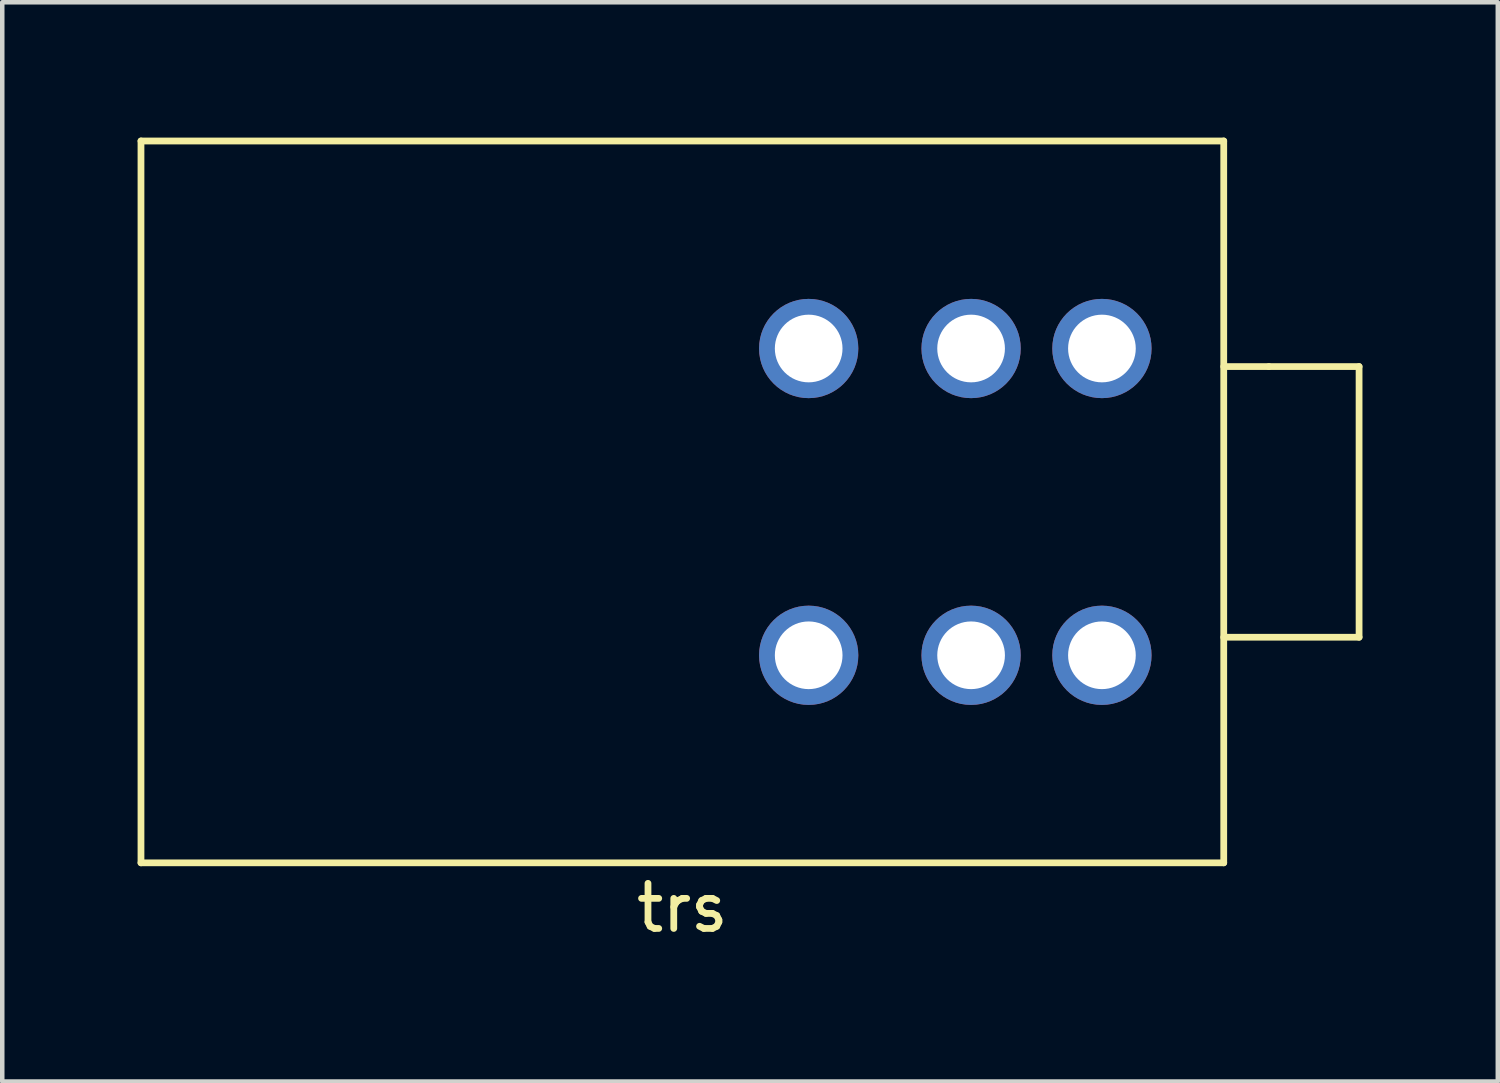
<source format=kicad_pcb>
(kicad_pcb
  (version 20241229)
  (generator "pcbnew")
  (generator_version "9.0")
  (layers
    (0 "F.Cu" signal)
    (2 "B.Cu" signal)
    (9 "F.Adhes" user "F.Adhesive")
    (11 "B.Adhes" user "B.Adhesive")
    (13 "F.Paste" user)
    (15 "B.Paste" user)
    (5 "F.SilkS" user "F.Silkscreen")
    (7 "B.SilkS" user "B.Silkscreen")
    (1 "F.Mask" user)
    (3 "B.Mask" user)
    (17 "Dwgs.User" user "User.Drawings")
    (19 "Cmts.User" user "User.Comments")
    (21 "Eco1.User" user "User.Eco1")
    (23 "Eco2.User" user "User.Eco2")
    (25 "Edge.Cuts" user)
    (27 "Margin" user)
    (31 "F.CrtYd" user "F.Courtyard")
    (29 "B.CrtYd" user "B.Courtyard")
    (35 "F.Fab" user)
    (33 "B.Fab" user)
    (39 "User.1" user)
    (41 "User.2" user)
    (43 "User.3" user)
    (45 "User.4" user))
  (footprint "trs"
    (layer "F.Cu")
    (at 24.075 8.075)
    (property "Reference" "trs" (at -12 9 0) (layer "F.SilkS") (effects (font (size 1 1) (thickness 0.15))))
    (attr through_hole)
    (fp_line (start -24 -8) (end -24 8) (stroke (width 0.15) (type solid)) (layer "F.SilkS"))
    (fp_line (start -24 8) (end 0 8) (stroke (width 0.15) (type solid)) (layer "F.SilkS"))
    (fp_line (start 0 -8) (end -24 -8) (stroke (width 0.15) (type solid)) (layer "F.SilkS"))
    (fp_line (start 0 -3) (end 1 -3) (stroke (width 0.15) (type solid)) (layer "F.SilkS"))
    (fp_line (start 0 8) (end 0 -8) (stroke (width 0.15) (type solid)) (layer "F.SilkS"))
    (fp_line (start 1 -3) (end 3 -3) (stroke (width 0.15) (type solid)) (layer "F.SilkS"))
    (fp_line (start 3 -3) (end 3 3) (stroke (width 0.15) (type solid)) (layer "F.SilkS"))
    (fp_line (start 3 3) (end 0 3) (stroke (width 0.15) (type solid)) (layer "F.SilkS"))
    (pad "5" thru_hole circle (at -5.6 3.4) (size 2.2 2.2) (drill 1.5) (layers "*.Cu" "*.Mask"))
    (pad "6" thru_hole circle (at -9.2 3.4) (size 2.2 2.2) (drill 1.5) (layers "*.Cu" "*.Mask"))
    (pad "G" thru_hole circle (at -2.7 3.4) (size 2.2 2.2) (drill 1.5) (layers "*.Cu" "*.Mask"))
    (pad "R" thru_hole circle (at -5.6 -3.4) (size 2.2 2.2) (drill 1.5) (layers "*.Cu" "*.Mask"))
    (pad "S" thru_hole circle (at -2.7 -3.4) (size 2.2 2.2) (drill 1.5) (layers "*.Cu" "*.Mask"))
    (pad "T" thru_hole circle (at -9.2 -3.4) (size 2.2 2.2) (drill 1.5) (layers "*.Cu" "*.Mask")))
  (gr_rect
    (start -3 -3)
    (end 30.15 20.923)
    (stroke (width 0.1) (type default))
    (fill no)
    (layer "Edge.Cuts")))
</source>
